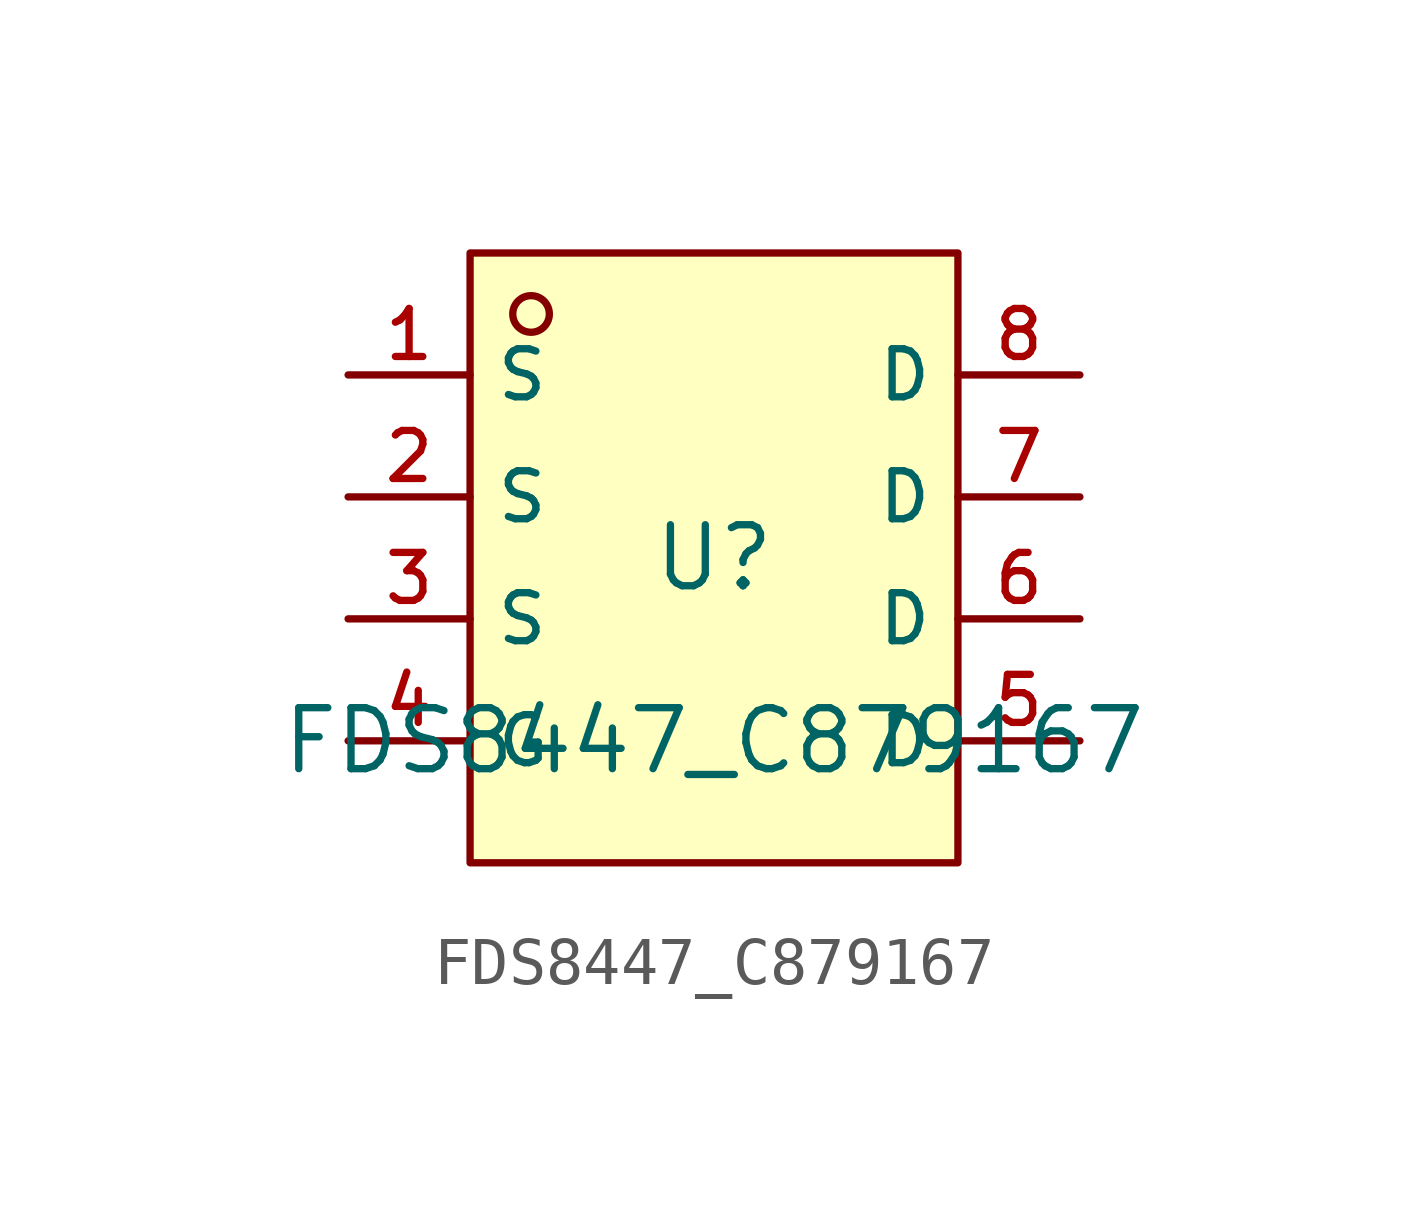
<source format=kicad_sym>
(kicad_symbol_lib
  (version 20210201)
  (generator TousstNicolas/JLC2KiCad_lib)
  (symbol "FDS8447_C879167"
    (property "Reference" "U"
      (at 0 1.27 0)
      (effects (font (size 1.27 1.27))))
    (property "Value" "FDS8447_C879167"
      (at 0 -2.54 0)
      (effects (font (size 1.27 1.27))))
    (symbol "FDS8447_C879167_0_1"
      (pin unspecified line (at 7.62 5.08 180) (length 2.54) (name "D" (effects (font (size 1 1)))) (number "8" (effects (font (size 1 1)))))
      (pin unspecified line (at 7.62 2.54 180) (length 2.54) (name "D" (effects (font (size 1 1)))) (number "7" (effects (font (size 1 1)))))
      (pin unspecified line (at 7.62 -0.0 180) (length 2.54) (name "D" (effects (font (size 1 1)))) (number "6" (effects (font (size 1 1)))))
      (pin unspecified line (at 7.62 -2.54 180) (length 2.54) (name "D" (effects (font (size 1 1)))) (number "5" (effects (font (size 1 1)))))
      (pin unspecified line (at -7.62 -2.54 0) (length 2.54) (name "G" (effects (font (size 1 1)))) (number "4" (effects (font (size 1 1)))))
      (pin unspecified line (at -7.62 -0.0 0) (length 2.54) (name "S" (effects (font (size 1 1)))) (number "3" (effects (font (size 1 1)))))
      (pin unspecified line (at -7.62 2.54 0) (length 2.54) (name "S" (effects (font (size 1 1)))) (number "2" (effects (font (size 1 1)))))
      (pin unspecified line (at -7.62 5.08 0) (length 2.54) (name "S" (effects (font (size 1 1)))) (number "1" (effects (font (size 1 1)))))
      (circle (center -3.81 6.35) (radius 0.381) (stroke (width 0) (type default) (color 0 0 0 0)) (fill (type background)))
      (rectangle (start -5.08 7.62) (end 5.08 -5.08) (stroke (width 0) (type default) (color 0 0 0 0)) (fill (type background))))))
</source>
